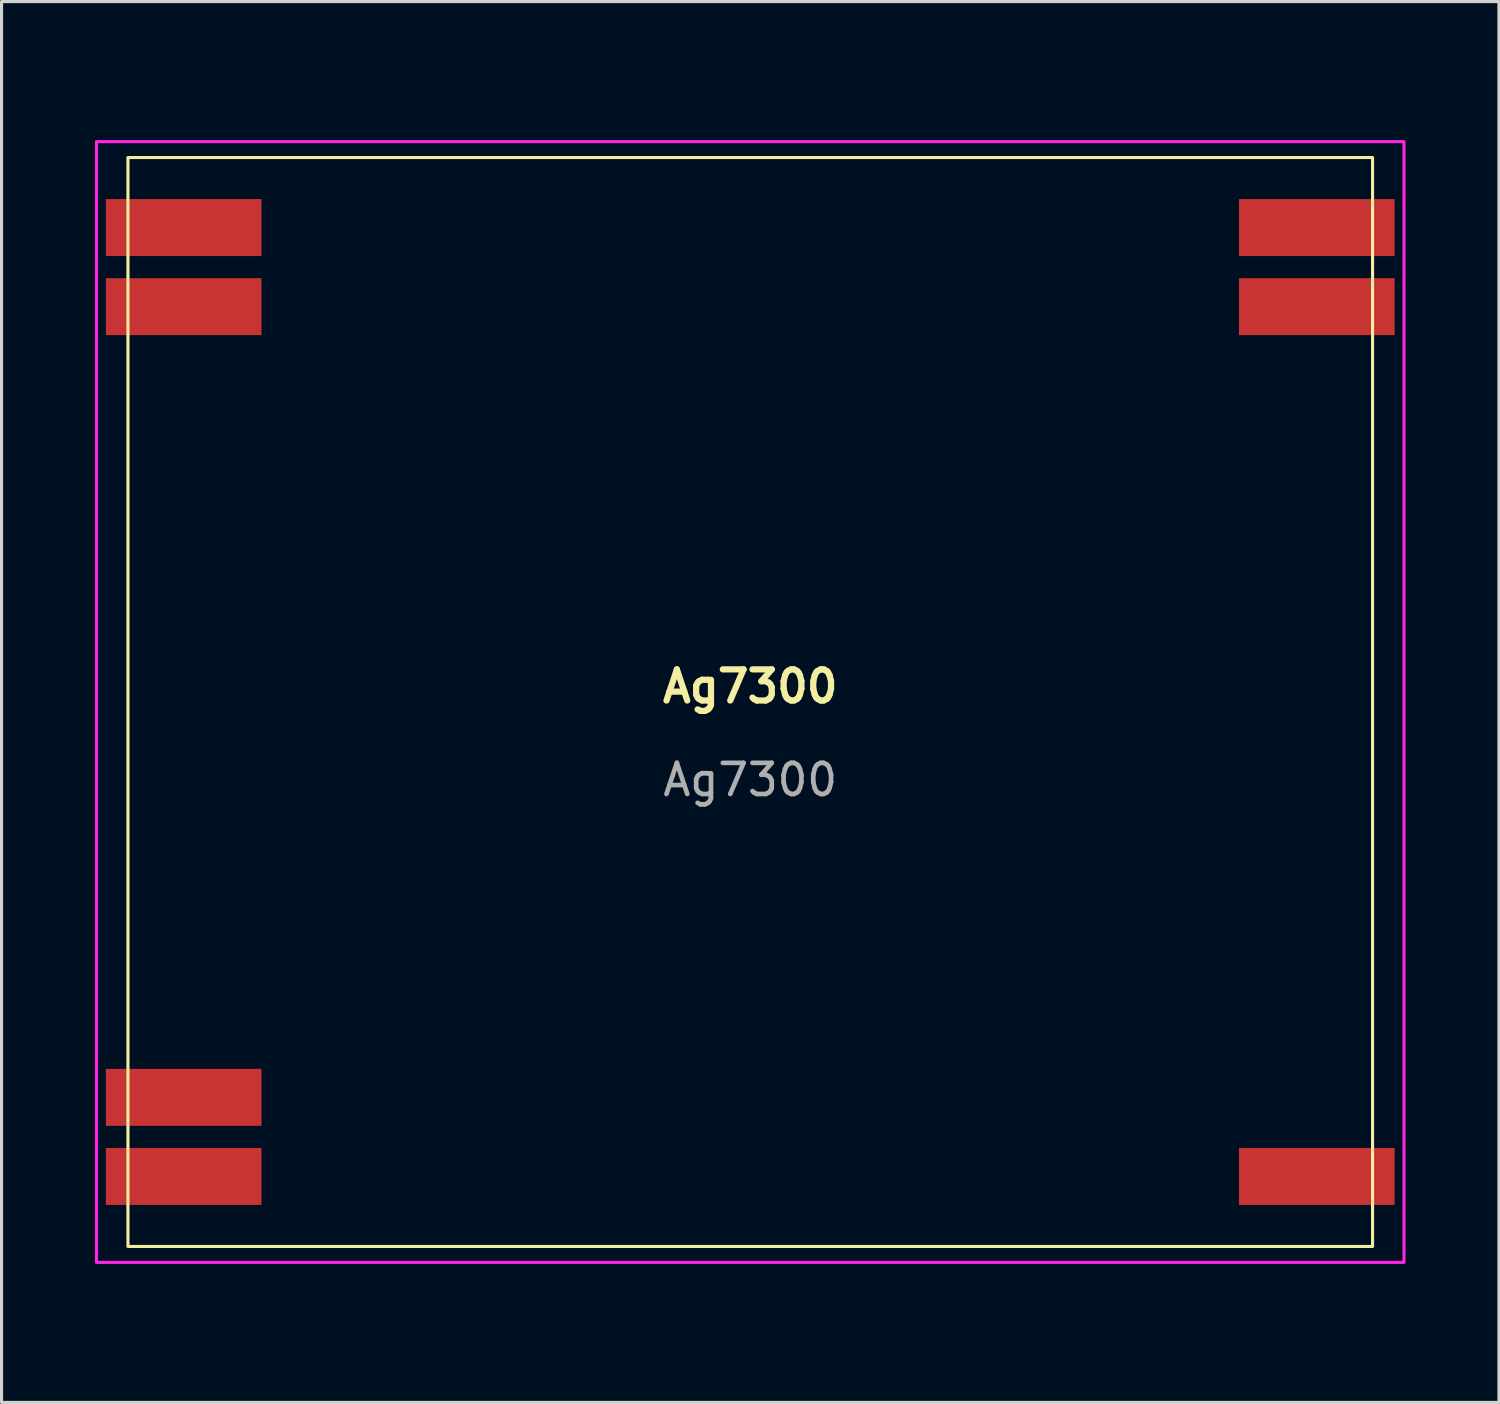
<source format=kicad_pcb>
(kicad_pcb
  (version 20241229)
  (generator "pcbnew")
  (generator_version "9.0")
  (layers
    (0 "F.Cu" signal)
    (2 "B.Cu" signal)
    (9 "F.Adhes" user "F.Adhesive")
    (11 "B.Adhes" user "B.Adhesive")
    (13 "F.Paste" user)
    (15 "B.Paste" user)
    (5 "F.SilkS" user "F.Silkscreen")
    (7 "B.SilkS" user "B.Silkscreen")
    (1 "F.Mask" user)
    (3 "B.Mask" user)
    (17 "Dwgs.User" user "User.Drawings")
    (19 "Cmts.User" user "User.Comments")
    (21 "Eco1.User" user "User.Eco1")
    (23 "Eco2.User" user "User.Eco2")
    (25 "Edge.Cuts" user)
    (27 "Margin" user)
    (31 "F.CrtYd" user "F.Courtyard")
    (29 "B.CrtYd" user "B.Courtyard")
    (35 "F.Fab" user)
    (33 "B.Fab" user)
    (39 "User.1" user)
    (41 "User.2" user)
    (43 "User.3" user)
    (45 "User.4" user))
  (footprint "Ag7300"
    (layer "F.Cu")
    (at 21.05 19.5)
    (property "Reference" "Ag7300" (at 0 -0.5 0) (unlocked yes) (layer "F.SilkS") (effects (font (size 1 1) (thickness 0.2) (bold yes))))
    (attr smd)
    (fp_rect (start -19.99 -17.49) (end 19.99 17.49) (stroke (width 0.1) (type solid)) (fill no) (layer "F.SilkS"))
    (fp_rect (start -21 -18) (end 21 18) (stroke (width 0.1) (type solid)) (fill no) (layer "F.CrtYd"))
    (fp_text user "${REFERENCE}" (at 0 2.5 0) (unlocked yes) (layer "F.Fab") (effects (font (size 1 1) (thickness 0.15))))
    (pad "1" smd rect (at -18.2 -15.24) (size 5 1.83) (layers "F.Cu" "F.Mask" "F.Paste"))
    (pad "2" smd rect (at -18.2 -12.7) (size 5 1.83) (layers "F.Cu" "F.Mask" "F.Paste"))
    (pad "3" smd rect (at -18.2 12.7) (size 5 1.83) (layers "F.Cu" "F.Mask" "F.Paste"))
    (pad "4" smd rect (at -18.2 15.24) (size 5 1.83) (layers "F.Cu" "F.Mask" "F.Paste"))
    (pad "5" smd rect (at 18.2 15.24) (size 5 1.83) (layers "F.Cu" "F.Mask" "F.Paste"))
    (pad "6" smd rect (at 18.2 -12.7) (size 5 1.83) (layers "F.Cu" "F.Mask" "F.Paste"))
    (pad "7" smd rect (at 18.2 -15.24) (size 5 1.83) (layers "F.Cu" "F.Mask" "F.Paste"))
    (zone (net_name "") (layers "F.Cu" "B.Cu") (name "Copper Keep Out") (hatch edge 0.5) (connect_pads) (min_thickness 0.25) (filled_areas_thickness no) (keepout (tracks not_allowed) (vias not_allowed) (pads not_allowed) (copperpour not_allowed) (footprints allowed)) (placement (enabled no)) (fill) (polygon (pts (xy 21.37 0) (xy 24.37 0) (xy 24.37 9.34) (xy 28.25 13.23) (xy 28.25 29.4) (xy 36.11 29.4) (xy 36.11 39) (xy 21.37 39)))))
  (gr_rect
    (start -3 -3)
    (end 45.1 42)
    (stroke (width 0.1) (type default))
    (fill no)
    (layer "Edge.Cuts")))
</source>
